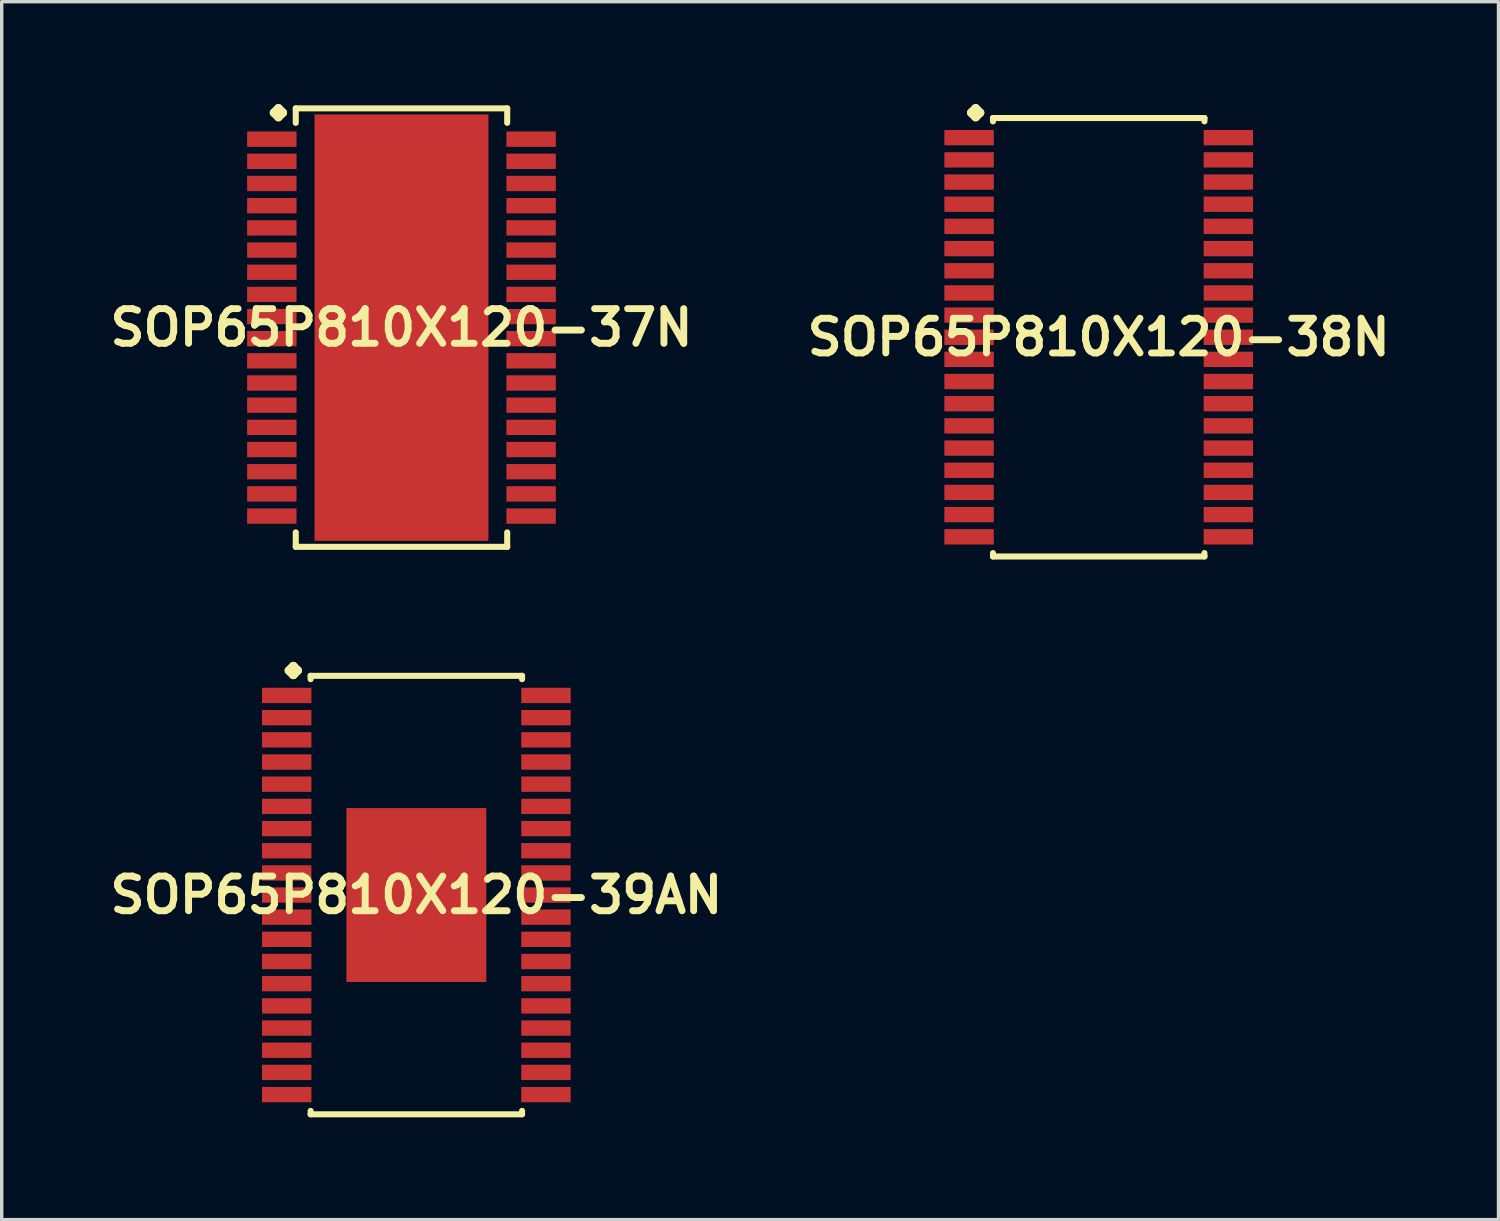
<source format=kicad_pcb>
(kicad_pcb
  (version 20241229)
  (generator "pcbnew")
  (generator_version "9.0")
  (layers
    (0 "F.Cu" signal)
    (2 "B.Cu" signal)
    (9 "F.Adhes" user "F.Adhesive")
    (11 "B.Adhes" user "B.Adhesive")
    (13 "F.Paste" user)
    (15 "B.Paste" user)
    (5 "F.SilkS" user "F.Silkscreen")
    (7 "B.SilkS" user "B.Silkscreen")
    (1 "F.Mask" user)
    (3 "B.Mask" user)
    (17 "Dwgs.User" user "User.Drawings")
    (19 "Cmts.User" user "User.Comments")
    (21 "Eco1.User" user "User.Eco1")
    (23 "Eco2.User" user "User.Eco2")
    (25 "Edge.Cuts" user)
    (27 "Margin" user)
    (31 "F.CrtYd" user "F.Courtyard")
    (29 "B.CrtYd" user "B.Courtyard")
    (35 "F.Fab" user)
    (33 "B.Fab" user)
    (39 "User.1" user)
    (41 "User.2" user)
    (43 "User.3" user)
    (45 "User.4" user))
  (footprint "SOP65P810X120-38N"
    (layer "F.Cu")
    (at 29.155 6.835)
    (property "Reference" "SOP65P810X120-38N" (at 0 0 0) (layer "F.SilkS") (effects (font (size 1.016 1.016) (thickness 0.203))))
    (attr smd)
    (fp_line (start -3.734 -6.581) (end -3.607 -6.708) (stroke (width 0.254) (type solid)) (layer "F.SilkS"))
    (fp_line (start -3.607 -6.708) (end -3.48 -6.581) (stroke (width 0.254) (type solid)) (layer "F.SilkS"))
    (fp_line (start -3.607 -6.454) (end -3.734 -6.581) (stroke (width 0.254) (type solid)) (layer "F.SilkS"))
    (fp_line (start -3.48 -6.581) (end -3.607 -6.454) (stroke (width 0.254) (type solid)) (layer "F.SilkS"))
    (fp_line (start -3.099 -6.426) (end 3.099 -6.426) (stroke (width 0.178) (type solid)) (layer "F.SilkS"))
    (fp_line (start -3.099 -6.327) (end -3.099 -6.426) (stroke (width 0.178) (type solid)) (layer "F.SilkS"))
    (fp_line (start -3.099 6.327) (end -3.099 6.426) (stroke (width 0.178) (type solid)) (layer "F.SilkS"))
    (fp_line (start -3.099 6.426) (end 3.099 6.426) (stroke (width 0.178) (type solid)) (layer "F.SilkS"))
    (fp_line (start 3.099 -6.426) (end 3.099 -6.327) (stroke (width 0.178) (type solid)) (layer "F.SilkS"))
    (fp_line (start 3.099 6.426) (end 3.099 6.327) (stroke (width 0.178) (type solid)) (layer "F.SilkS"))
    (pad "1" smd rect (at -3.8 -5.85) (size 1.448 0.45) (layers "F.Cu" "F.Mask" "F.Paste"))
    (pad "2" smd rect (at -3.8 -5.199) (size 1.448 0.45) (layers "F.Cu" "F.Mask" "F.Paste"))
    (pad "3" smd rect (at -3.8 -4.549) (size 1.448 0.45) (layers "F.Cu" "F.Mask" "F.Paste"))
    (pad "4" smd rect (at -3.8 -3.899) (size 1.448 0.45) (layers "F.Cu" "F.Mask" "F.Paste"))
    (pad "5" smd rect (at -3.8 -3.249) (size 1.448 0.45) (layers "F.Cu" "F.Mask" "F.Paste"))
    (pad "6" smd rect (at -3.8 -2.598) (size 1.448 0.45) (layers "F.Cu" "F.Mask" "F.Paste"))
    (pad "7" smd rect (at -3.8 -1.948) (size 1.448 0.45) (layers "F.Cu" "F.Mask" "F.Paste"))
    (pad "8" smd rect (at -3.8 -1.298) (size 1.448 0.45) (layers "F.Cu" "F.Mask" "F.Paste"))
    (pad "9" smd rect (at -3.8 -0.648) (size 1.448 0.45) (layers "F.Cu" "F.Mask" "F.Paste"))
    (pad "10" smd rect (at -3.8 0) (size 1.448 0.45) (layers "F.Cu" "F.Mask" "F.Paste"))
    (pad "11" smd rect (at -3.8 0.648) (size 1.448 0.45) (layers "F.Cu" "F.Mask" "F.Paste"))
    (pad "12" smd rect (at -3.8 1.298) (size 1.448 0.45) (layers "F.Cu" "F.Mask" "F.Paste"))
    (pad "13" smd rect (at -3.8 1.948) (size 1.448 0.45) (layers "F.Cu" "F.Mask" "F.Paste"))
    (pad "14" smd rect (at -3.8 2.598) (size 1.448 0.45) (layers "F.Cu" "F.Mask" "F.Paste"))
    (pad "15" smd rect (at -3.8 3.249) (size 1.448 0.45) (layers "F.Cu" "F.Mask" "F.Paste"))
    (pad "16" smd rect (at -3.8 3.899) (size 1.448 0.45) (layers "F.Cu" "F.Mask" "F.Paste"))
    (pad "17" smd rect (at -3.8 4.549) (size 1.448 0.45) (layers "F.Cu" "F.Mask" "F.Paste"))
    (pad "18" smd rect (at -3.8 5.199) (size 1.448 0.45) (layers "F.Cu" "F.Mask" "F.Paste"))
    (pad "19" smd rect (at -3.8 5.85) (size 1.448 0.45) (layers "F.Cu" "F.Mask" "F.Paste"))
    (pad "20" smd rect (at 3.8 5.85) (size 1.448 0.45) (layers "F.Cu" "F.Mask" "F.Paste"))
    (pad "21" smd rect (at 3.8 5.199) (size 1.448 0.45) (layers "F.Cu" "F.Mask" "F.Paste"))
    (pad "22" smd rect (at 3.8 4.549) (size 1.448 0.45) (layers "F.Cu" "F.Mask" "F.Paste"))
    (pad "23" smd rect (at 3.8 3.899) (size 1.448 0.45) (layers "F.Cu" "F.Mask" "F.Paste"))
    (pad "24" smd rect (at 3.8 3.249) (size 1.448 0.45) (layers "F.Cu" "F.Mask" "F.Paste"))
    (pad "25" smd rect (at 3.8 2.598) (size 1.448 0.45) (layers "F.Cu" "F.Mask" "F.Paste"))
    (pad "26" smd rect (at 3.8 1.948) (size 1.448 0.45) (layers "F.Cu" "F.Mask" "F.Paste"))
    (pad "27" smd rect (at 3.8 1.298) (size 1.448 0.45) (layers "F.Cu" "F.Mask" "F.Paste"))
    (pad "28" smd rect (at 3.8 0.648) (size 1.448 0.45) (layers "F.Cu" "F.Mask" "F.Paste"))
    (pad "29" smd rect (at 3.8 0) (size 1.448 0.45) (layers "F.Cu" "F.Mask" "F.Paste"))
    (pad "30" smd rect (at 3.8 -0.648) (size 1.448 0.45) (layers "F.Cu" "F.Mask" "F.Paste"))
    (pad "31" smd rect (at 3.8 -1.298) (size 1.448 0.45) (layers "F.Cu" "F.Mask" "F.Paste"))
    (pad "32" smd rect (at 3.8 -1.948) (size 1.448 0.45) (layers "F.Cu" "F.Mask" "F.Paste"))
    (pad "33" smd rect (at 3.8 -2.598) (size 1.448 0.45) (layers "F.Cu" "F.Mask" "F.Paste"))
    (pad "34" smd rect (at 3.8 -3.249) (size 1.448 0.45) (layers "F.Cu" "F.Mask" "F.Paste"))
    (pad "35" smd rect (at 3.8 -3.899) (size 1.448 0.45) (layers "F.Cu" "F.Mask" "F.Paste"))
    (pad "36" smd rect (at 3.8 -4.549) (size 1.448 0.45) (layers "F.Cu" "F.Mask" "F.Paste"))
    (pad "37" smd rect (at 3.8 -5.199) (size 1.448 0.45) (layers "F.Cu" "F.Mask" "F.Paste"))
    (pad "38" smd rect (at 3.8 -5.85) (size 1.448 0.45) (layers "F.Cu" "F.Mask" "F.Paste")))
  (footprint "SOP65P810X120-37N"
    (layer "F.Cu")
    (at 8.718 6.553)
    (property "Reference" "SOP65P810X120-37N" (at 0 0 0) (layer "F.SilkS") (effects (font (size 1.016 1.016) (thickness 0.203))))
    (attr smd)
    (fp_line (start -3.734 -6.299) (end -3.607 -6.426) (stroke (width 0.254) (type solid)) (layer "F.SilkS"))
    (fp_line (start -3.607 -6.426) (end -3.48 -6.299) (stroke (width 0.254) (type solid)) (layer "F.SilkS"))
    (fp_line (start -3.607 -6.172) (end -3.734 -6.299) (stroke (width 0.254) (type solid)) (layer "F.SilkS"))
    (fp_line (start -3.48 -6.299) (end -3.607 -6.172) (stroke (width 0.254) (type solid)) (layer "F.SilkS"))
    (fp_line (start -3.099 -6.426) (end 3.099 -6.426) (stroke (width 0.178) (type solid)) (layer "F.SilkS"))
    (fp_line (start -3.099 -6.002) (end -3.099 -6.426) (stroke (width 0.178) (type solid)) (layer "F.SilkS"))
    (fp_line (start -3.099 6.002) (end -3.099 6.426) (stroke (width 0.178) (type solid)) (layer "F.SilkS"))
    (fp_line (start -3.099 6.426) (end 3.099 6.426) (stroke (width 0.178) (type solid)) (layer "F.SilkS"))
    (fp_line (start 3.099 -6.426) (end 3.099 -6.002) (stroke (width 0.178) (type solid)) (layer "F.SilkS"))
    (fp_line (start 3.099 6.426) (end 3.099 6.002) (stroke (width 0.178) (type solid)) (layer "F.SilkS"))
    (pad "1" smd rect (at -3.8 -5.524) (size 1.448 0.45) (layers "F.Cu" "F.Mask" "F.Paste"))
    (pad "2" smd rect (at -3.8 -4.874) (size 1.448 0.45) (layers "F.Cu" "F.Mask" "F.Paste"))
    (pad "3" smd rect (at -3.8 -4.224) (size 1.448 0.45) (layers "F.Cu" "F.Mask" "F.Paste"))
    (pad "4" smd rect (at -3.8 -3.574) (size 1.448 0.45) (layers "F.Cu" "F.Mask" "F.Paste"))
    (pad "5" smd rect (at -3.8 -2.924) (size 1.448 0.45) (layers "F.Cu" "F.Mask" "F.Paste"))
    (pad "6" smd rect (at -3.8 -2.273) (size 1.448 0.45) (layers "F.Cu" "F.Mask" "F.Paste"))
    (pad "7" smd rect (at -3.8 -1.623) (size 1.448 0.45) (layers "F.Cu" "F.Mask" "F.Paste"))
    (pad "8" smd rect (at -3.8 -0.973) (size 1.448 0.45) (layers "F.Cu" "F.Mask" "F.Paste"))
    (pad "9" smd rect (at -3.8 -0.323) (size 1.448 0.45) (layers "F.Cu" "F.Mask" "F.Paste"))
    (pad "10" smd rect (at -3.8 0.323) (size 1.448 0.45) (layers "F.Cu" "F.Mask" "F.Paste"))
    (pad "11" smd rect (at -3.8 0.973) (size 1.448 0.45) (layers "F.Cu" "F.Mask" "F.Paste"))
    (pad "12" smd rect (at -3.8 1.623) (size 1.448 0.45) (layers "F.Cu" "F.Mask" "F.Paste"))
    (pad "13" smd rect (at -3.8 2.273) (size 1.448 0.45) (layers "F.Cu" "F.Mask" "F.Paste"))
    (pad "14" smd rect (at -3.8 2.924) (size 1.448 0.45) (layers "F.Cu" "F.Mask" "F.Paste"))
    (pad "15" smd rect (at -3.8 3.574) (size 1.448 0.45) (layers "F.Cu" "F.Mask" "F.Paste"))
    (pad "16" smd rect (at -3.8 4.224) (size 1.448 0.45) (layers "F.Cu" "F.Mask" "F.Paste"))
    (pad "17" smd rect (at -3.8 4.874) (size 1.448 0.45) (layers "F.Cu" "F.Mask" "F.Paste"))
    (pad "18" smd rect (at -3.8 5.524) (size 1.448 0.45) (layers "F.Cu" "F.Mask" "F.Paste"))
    (pad "19" smd rect (at 3.8 5.524) (size 1.448 0.45) (layers "F.Cu" "F.Mask" "F.Paste"))
    (pad "20" smd rect (at 3.8 4.874) (size 1.448 0.45) (layers "F.Cu" "F.Mask" "F.Paste"))
    (pad "21" smd rect (at 3.8 4.224) (size 1.448 0.45) (layers "F.Cu" "F.Mask" "F.Paste"))
    (pad "22" smd rect (at 3.8 3.574) (size 1.448 0.45) (layers "F.Cu" "F.Mask" "F.Paste"))
    (pad "23" smd rect (at 3.8 2.924) (size 1.448 0.45) (layers "F.Cu" "F.Mask" "F.Paste"))
    (pad "24" smd rect (at 3.8 2.273) (size 1.448 0.45) (layers "F.Cu" "F.Mask" "F.Paste"))
    (pad "25" smd rect (at 3.8 1.623) (size 1.448 0.45) (layers "F.Cu" "F.Mask" "F.Paste"))
    (pad "26" smd rect (at 3.8 0.973) (size 1.448 0.45) (layers "F.Cu" "F.Mask" "F.Paste"))
    (pad "27" smd rect (at 3.8 0.323) (size 1.448 0.45) (layers "F.Cu" "F.Mask" "F.Paste"))
    (pad "28" smd rect (at 3.8 -0.323) (size 1.448 0.45) (layers "F.Cu" "F.Mask" "F.Paste"))
    (pad "29" smd rect (at 3.8 -0.973) (size 1.448 0.45) (layers "F.Cu" "F.Mask" "F.Paste"))
    (pad "30" smd rect (at 3.8 -1.623) (size 1.448 0.45) (layers "F.Cu" "F.Mask" "F.Paste"))
    (pad "31" smd rect (at 3.8 -2.273) (size 1.448 0.45) (layers "F.Cu" "F.Mask" "F.Paste"))
    (pad "32" smd rect (at 3.8 -2.924) (size 1.448 0.45) (layers "F.Cu" "F.Mask" "F.Paste"))
    (pad "33" smd rect (at 3.8 -3.574) (size 1.448 0.45) (layers "F.Cu" "F.Mask" "F.Paste"))
    (pad "34" smd rect (at 3.8 -4.224) (size 1.448 0.45) (layers "F.Cu" "F.Mask" "F.Paste"))
    (pad "35" smd rect (at 3.8 -4.874) (size 1.448 0.45) (layers "F.Cu" "F.Mask" "F.Paste"))
    (pad "36" smd rect (at 3.8 -5.524) (size 1.448 0.45) (layers "F.Cu" "F.Mask" "F.Paste"))
    (pad "37" smd rect (at 0 0) (size 5.098 12.499) (layers "F.Cu" "F.Mask" "F.Paste")))
  (footprint "SOP65P810X120-39AN"
    (layer "F.Cu")
    (at 9.154 23.185)
    (property "Reference" "SOP65P810X120-39AN" (at 0 0 0) (layer "F.SilkS") (effects (font (size 1.016 1.016) (thickness 0.203))))
    (attr smd)
    (fp_line (start -3.734 -6.581) (end -3.607 -6.708) (stroke (width 0.254) (type solid)) (layer "F.SilkS"))
    (fp_line (start -3.607 -6.708) (end -3.48 -6.581) (stroke (width 0.254) (type solid)) (layer "F.SilkS"))
    (fp_line (start -3.607 -6.454) (end -3.734 -6.581) (stroke (width 0.254) (type solid)) (layer "F.SilkS"))
    (fp_line (start -3.48 -6.581) (end -3.607 -6.454) (stroke (width 0.254) (type solid)) (layer "F.SilkS"))
    (fp_line (start -3.099 -6.426) (end 3.099 -6.426) (stroke (width 0.178) (type solid)) (layer "F.SilkS"))
    (fp_line (start -3.099 -6.327) (end -3.099 -6.426) (stroke (width 0.178) (type solid)) (layer "F.SilkS"))
    (fp_line (start -3.099 6.327) (end -3.099 6.426) (stroke (width 0.178) (type solid)) (layer "F.SilkS"))
    (fp_line (start -3.099 6.426) (end 3.099 6.426) (stroke (width 0.178) (type solid)) (layer "F.SilkS"))
    (fp_line (start 3.099 -6.426) (end 3.099 -6.327) (stroke (width 0.178) (type solid)) (layer "F.SilkS"))
    (fp_line (start 3.099 6.426) (end 3.099 6.327) (stroke (width 0.178) (type solid)) (layer "F.SilkS"))
    (pad "1" smd rect (at -3.8 -5.85) (size 1.448 0.45) (layers "F.Cu" "F.Mask" "F.Paste"))
    (pad "2" smd rect (at -3.8 -5.199) (size 1.448 0.45) (layers "F.Cu" "F.Mask" "F.Paste"))
    (pad "3" smd rect (at -3.8 -4.549) (size 1.448 0.45) (layers "F.Cu" "F.Mask" "F.Paste"))
    (pad "4" smd rect (at -3.8 -3.899) (size 1.448 0.45) (layers "F.Cu" "F.Mask" "F.Paste"))
    (pad "5" smd rect (at -3.8 -3.249) (size 1.448 0.45) (layers "F.Cu" "F.Mask" "F.Paste"))
    (pad "6" smd rect (at -3.8 -2.598) (size 1.448 0.45) (layers "F.Cu" "F.Mask" "F.Paste"))
    (pad "7" smd rect (at -3.8 -1.948) (size 1.448 0.45) (layers "F.Cu" "F.Mask" "F.Paste"))
    (pad "8" smd rect (at -3.8 -1.298) (size 1.448 0.45) (layers "F.Cu" "F.Mask" "F.Paste"))
    (pad "9" smd rect (at -3.8 -0.648) (size 1.448 0.45) (layers "F.Cu" "F.Mask" "F.Paste"))
    (pad "10" smd rect (at -3.8 0) (size 1.448 0.45) (layers "F.Cu" "F.Mask" "F.Paste"))
    (pad "11" smd rect (at -3.8 0.648) (size 1.448 0.45) (layers "F.Cu" "F.Mask" "F.Paste"))
    (pad "12" smd rect (at -3.8 1.298) (size 1.448 0.45) (layers "F.Cu" "F.Mask" "F.Paste"))
    (pad "13" smd rect (at -3.8 1.948) (size 1.448 0.45) (layers "F.Cu" "F.Mask" "F.Paste"))
    (pad "14" smd rect (at -3.8 2.598) (size 1.448 0.45) (layers "F.Cu" "F.Mask" "F.Paste"))
    (pad "15" smd rect (at -3.8 3.249) (size 1.448 0.45) (layers "F.Cu" "F.Mask" "F.Paste"))
    (pad "16" smd rect (at -3.8 3.899) (size 1.448 0.45) (layers "F.Cu" "F.Mask" "F.Paste"))
    (pad "17" smd rect (at -3.8 4.549) (size 1.448 0.45) (layers "F.Cu" "F.Mask" "F.Paste"))
    (pad "18" smd rect (at -3.8 5.199) (size 1.448 0.45) (layers "F.Cu" "F.Mask" "F.Paste"))
    (pad "19" smd rect (at -3.8 5.85) (size 1.448 0.45) (layers "F.Cu" "F.Mask" "F.Paste"))
    (pad "20" smd rect (at 3.8 5.85) (size 1.448 0.45) (layers "F.Cu" "F.Mask" "F.Paste"))
    (pad "21" smd rect (at 3.8 5.199) (size 1.448 0.45) (layers "F.Cu" "F.Mask" "F.Paste"))
    (pad "22" smd rect (at 3.8 4.549) (size 1.448 0.45) (layers "F.Cu" "F.Mask" "F.Paste"))
    (pad "23" smd rect (at 3.8 3.899) (size 1.448 0.45) (layers "F.Cu" "F.Mask" "F.Paste"))
    (pad "24" smd rect (at 3.8 3.249) (size 1.448 0.45) (layers "F.Cu" "F.Mask" "F.Paste"))
    (pad "25" smd rect (at 3.8 2.598) (size 1.448 0.45) (layers "F.Cu" "F.Mask" "F.Paste"))
    (pad "26" smd rect (at 3.8 1.948) (size 1.448 0.45) (layers "F.Cu" "F.Mask" "F.Paste"))
    (pad "27" smd rect (at 3.8 1.298) (size 1.448 0.45) (layers "F.Cu" "F.Mask" "F.Paste"))
    (pad "28" smd rect (at 3.8 0.648) (size 1.448 0.45) (layers "F.Cu" "F.Mask" "F.Paste"))
    (pad "29" smd rect (at 3.8 0) (size 1.448 0.45) (layers "F.Cu" "F.Mask" "F.Paste"))
    (pad "30" smd rect (at 3.8 -0.648) (size 1.448 0.45) (layers "F.Cu" "F.Mask" "F.Paste"))
    (pad "31" smd rect (at 3.8 -1.298) (size 1.448 0.45) (layers "F.Cu" "F.Mask" "F.Paste"))
    (pad "32" smd rect (at 3.8 -1.948) (size 1.448 0.45) (layers "F.Cu" "F.Mask" "F.Paste"))
    (pad "33" smd rect (at 3.8 -2.598) (size 1.448 0.45) (layers "F.Cu" "F.Mask" "F.Paste"))
    (pad "34" smd rect (at 3.8 -3.249) (size 1.448 0.45) (layers "F.Cu" "F.Mask" "F.Paste"))
    (pad "35" smd rect (at 3.8 -3.899) (size 1.448 0.45) (layers "F.Cu" "F.Mask" "F.Paste"))
    (pad "36" smd rect (at 3.8 -4.549) (size 1.448 0.45) (layers "F.Cu" "F.Mask" "F.Paste"))
    (pad "37" smd rect (at 3.8 -5.199) (size 1.448 0.45) (layers "F.Cu" "F.Mask" "F.Paste"))
    (pad "38" smd rect (at 3.8 -5.85) (size 1.448 0.45) (layers "F.Cu" "F.Mask" "F.Paste"))
    (pad "39" smd rect (at 0 0) (size 4.1 5.098) (layers "F.Cu" "F.Mask" "F.Paste")))
  (gr_rect
    (start -3 -3)
    (end 40.873 32.7)
    (stroke (width 0.1) (type default))
    (fill no)
    (layer "Edge.Cuts")))
</source>
